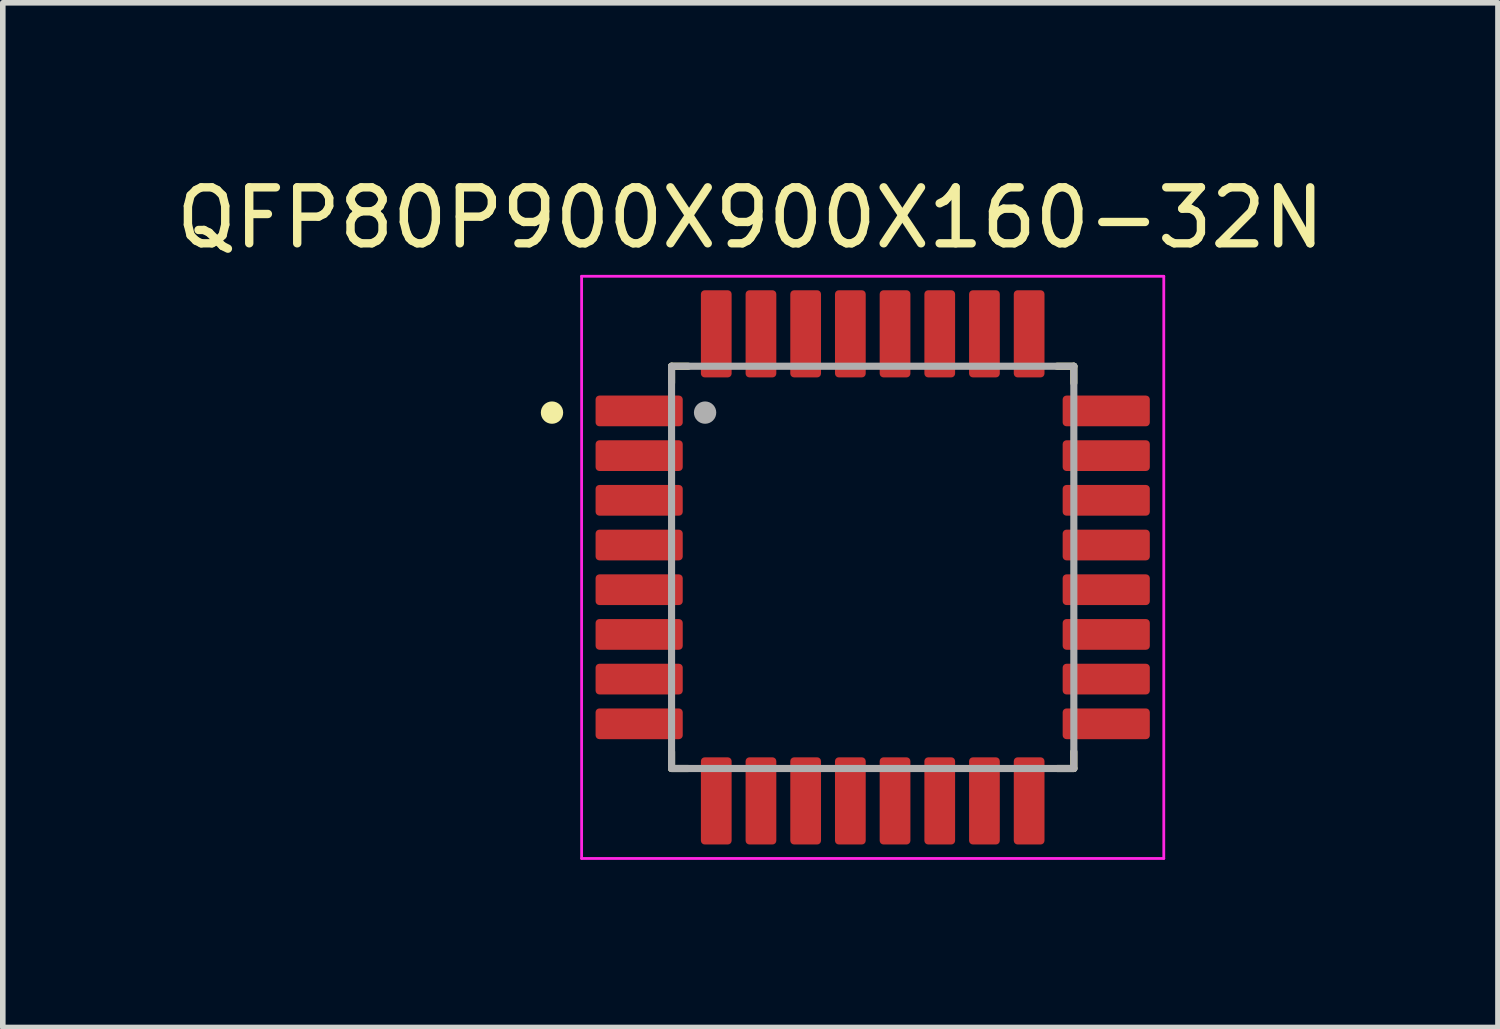
<source format=kicad_pcb>
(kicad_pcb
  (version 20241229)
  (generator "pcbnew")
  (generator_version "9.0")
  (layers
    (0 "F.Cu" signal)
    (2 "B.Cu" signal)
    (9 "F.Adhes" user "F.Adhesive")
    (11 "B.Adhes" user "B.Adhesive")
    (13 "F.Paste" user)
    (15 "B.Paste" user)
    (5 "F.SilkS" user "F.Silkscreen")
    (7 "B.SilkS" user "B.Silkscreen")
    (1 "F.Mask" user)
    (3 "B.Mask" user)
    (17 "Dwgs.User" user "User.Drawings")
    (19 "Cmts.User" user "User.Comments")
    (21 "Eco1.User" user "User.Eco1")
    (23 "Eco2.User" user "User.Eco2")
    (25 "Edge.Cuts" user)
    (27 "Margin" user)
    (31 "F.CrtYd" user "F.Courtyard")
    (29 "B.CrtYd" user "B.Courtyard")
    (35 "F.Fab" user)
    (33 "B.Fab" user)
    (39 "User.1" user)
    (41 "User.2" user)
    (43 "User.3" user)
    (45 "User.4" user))
  (footprint "QFP80P900X900X160-32N"
    (layer "F.Cu")
    (at 12.57 7.105)
    (property "Reference" "QFP80P900X900X160-32N" (at -2.189 -6.256 0) (layer "F.SilkS") (effects (font (size 1.002 1.002) (thickness 0.15))))
    (attr smd)
    (fp_line (start -3.6 -3.6) (end -3.6 -3.3) (stroke (width 0.127) (type solid)) (layer "F.SilkS"))
    (fp_line (start -3.6 3.3) (end -3.6 3.6) (stroke (width 0.127) (type solid)) (layer "F.SilkS"))
    (fp_line (start -3.3 -3.6) (end -3.6 -3.6) (stroke (width 0.127) (type solid)) (layer "F.SilkS"))
    (fp_line (start -3.3 3.6) (end -3.6 3.6) (stroke (width 0.127) (type solid)) (layer "F.SilkS"))
    (fp_line (start 3.6 -3.6) (end 3.3 -3.6) (stroke (width 0.127) (type solid)) (layer "F.SilkS"))
    (fp_line (start 3.6 -3.6) (end 3.6 -3.3) (stroke (width 0.127) (type solid)) (layer "F.SilkS"))
    (fp_line (start 3.6 3.3) (end 3.6 3.6) (stroke (width 0.127) (type solid)) (layer "F.SilkS"))
    (fp_line (start 3.6 3.6) (end 3.3 3.6) (stroke (width 0.127) (type solid)) (layer "F.SilkS"))
    (fp_circle (center -5.74 -2.77) (end -5.64 -2.77) (stroke (width 0.2) (type solid)) (fill no) (layer "F.SilkS"))
    (fp_line (start -5.21 -5.21) (end 5.21 -5.21) (stroke (width 0.05) (type solid)) (layer "F.CrtYd"))
    (fp_line (start -5.21 5.21) (end -5.21 -5.21) (stroke (width 0.05) (type solid)) (layer "F.CrtYd"))
    (fp_line (start -5.21 5.21) (end 5.21 5.21) (stroke (width 0.05) (type solid)) (layer "F.CrtYd"))
    (fp_line (start 5.21 5.21) (end 5.21 -5.21) (stroke (width 0.05) (type solid)) (layer "F.CrtYd"))
    (fp_line (start -3.6 3.6) (end -3.6 -3.6) (stroke (width 0.127) (type solid)) (layer "F.Fab"))
    (fp_line (start 3.6 -3.6) (end -3.6 -3.6) (stroke (width 0.127) (type solid)) (layer "F.Fab"))
    (fp_line (start 3.6 3.6) (end -3.6 3.6) (stroke (width 0.127) (type solid)) (layer "F.Fab"))
    (fp_line (start 3.6 3.6) (end 3.6 -3.6) (stroke (width 0.127) (type solid)) (layer "F.Fab"))
    (fp_circle (center -3 -2.77) (end -2.9 -2.77) (stroke (width 0.2) (type solid)) (fill no) (layer "F.Fab"))
    (pad "1" smd roundrect (at -4.18 -2.8) (size 1.56 0.55) (layers "F.Cu" "F.Mask" "F.Paste") (roundrect_rratio 0.125))
    (pad "2" smd roundrect (at -4.18 -2) (size 1.56 0.55) (layers "F.Cu" "F.Mask" "F.Paste") (roundrect_rratio 0.125))
    (pad "3" smd roundrect (at -4.18 -1.2) (size 1.56 0.55) (layers "F.Cu" "F.Mask" "F.Paste") (roundrect_rratio 0.125))
    (pad "4" smd roundrect (at -4.18 -0.4) (size 1.56 0.55) (layers "F.Cu" "F.Mask" "F.Paste") (roundrect_rratio 0.125))
    (pad "5" smd roundrect (at -4.18 0.4) (size 1.56 0.55) (layers "F.Cu" "F.Mask" "F.Paste") (roundrect_rratio 0.125))
    (pad "6" smd roundrect (at -4.18 1.2) (size 1.56 0.55) (layers "F.Cu" "F.Mask" "F.Paste") (roundrect_rratio 0.125))
    (pad "7" smd roundrect (at -4.18 2) (size 1.56 0.55) (layers "F.Cu" "F.Mask" "F.Paste") (roundrect_rratio 0.125))
    (pad "8" smd roundrect (at -4.18 2.8) (size 1.56 0.55) (layers "F.Cu" "F.Mask" "F.Paste") (roundrect_rratio 0.125))
    (pad "9" smd roundrect (at -2.8 4.18) (size 0.55 1.56) (layers "F.Cu" "F.Mask" "F.Paste") (roundrect_rratio 0.125))
    (pad "10" smd roundrect (at -2 4.18) (size 0.55 1.56) (layers "F.Cu" "F.Mask" "F.Paste") (roundrect_rratio 0.125))
    (pad "11" smd roundrect (at -1.2 4.18) (size 0.55 1.56) (layers "F.Cu" "F.Mask" "F.Paste") (roundrect_rratio 0.125))
    (pad "12" smd roundrect (at -0.4 4.18) (size 0.55 1.56) (layers "F.Cu" "F.Mask" "F.Paste") (roundrect_rratio 0.125))
    (pad "13" smd roundrect (at 0.4 4.18) (size 0.55 1.56) (layers "F.Cu" "F.Mask" "F.Paste") (roundrect_rratio 0.125))
    (pad "14" smd roundrect (at 1.2 4.18) (size 0.55 1.56) (layers "F.Cu" "F.Mask" "F.Paste") (roundrect_rratio 0.125))
    (pad "15" smd roundrect (at 2 4.18) (size 0.55 1.56) (layers "F.Cu" "F.Mask" "F.Paste") (roundrect_rratio 0.125))
    (pad "16" smd roundrect (at 2.8 4.18) (size 0.55 1.56) (layers "F.Cu" "F.Mask" "F.Paste") (roundrect_rratio 0.125))
    (pad "17" smd roundrect (at 4.18 2.8) (size 1.56 0.55) (layers "F.Cu" "F.Mask" "F.Paste") (roundrect_rratio 0.125))
    (pad "18" smd roundrect (at 4.18 2) (size 1.56 0.55) (layers "F.Cu" "F.Mask" "F.Paste") (roundrect_rratio 0.125))
    (pad "19" smd roundrect (at 4.18 1.2) (size 1.56 0.55) (layers "F.Cu" "F.Mask" "F.Paste") (roundrect_rratio 0.125))
    (pad "20" smd roundrect (at 4.18 0.4) (size 1.56 0.55) (layers "F.Cu" "F.Mask" "F.Paste") (roundrect_rratio 0.125))
    (pad "21" smd roundrect (at 4.18 -0.4) (size 1.56 0.55) (layers "F.Cu" "F.Mask" "F.Paste") (roundrect_rratio 0.125))
    (pad "22" smd roundrect (at 4.18 -1.2) (size 1.56 0.55) (layers "F.Cu" "F.Mask" "F.Paste") (roundrect_rratio 0.125))
    (pad "23" smd roundrect (at 4.18 -2) (size 1.56 0.55) (layers "F.Cu" "F.Mask" "F.Paste") (roundrect_rratio 0.125))
    (pad "24" smd roundrect (at 4.18 -2.8) (size 1.56 0.55) (layers "F.Cu" "F.Mask" "F.Paste") (roundrect_rratio 0.125))
    (pad "25" smd roundrect (at 2.8 -4.18) (size 0.55 1.56) (layers "F.Cu" "F.Mask" "F.Paste") (roundrect_rratio 0.125))
    (pad "26" smd roundrect (at 2 -4.18) (size 0.55 1.56) (layers "F.Cu" "F.Mask" "F.Paste") (roundrect_rratio 0.125))
    (pad "27" smd roundrect (at 1.2 -4.18) (size 0.55 1.56) (layers "F.Cu" "F.Mask" "F.Paste") (roundrect_rratio 0.125))
    (pad "28" smd roundrect (at 0.4 -4.18) (size 0.55 1.56) (layers "F.Cu" "F.Mask" "F.Paste") (roundrect_rratio 0.125))
    (pad "29" smd roundrect (at -0.4 -4.18) (size 0.55 1.56) (layers "F.Cu" "F.Mask" "F.Paste") (roundrect_rratio 0.125))
    (pad "30" smd roundrect (at -1.2 -4.18) (size 0.55 1.56) (layers "F.Cu" "F.Mask" "F.Paste") (roundrect_rratio 0.125))
    (pad "31" smd roundrect (at -2 -4.18) (size 0.55 1.56) (layers "F.Cu" "F.Mask" "F.Paste") (roundrect_rratio 0.125))
    (pad "32" smd roundrect (at -2.8 -4.18) (size 0.55 1.56) (layers "F.Cu" "F.Mask" "F.Paste") (roundrect_rratio 0.125)))
  (gr_rect
    (start -3 -3)
    (end 23.761 15.34)
    (stroke (width 0.1) (type default))
    (fill no)
    (layer "Edge.Cuts")))
</source>
